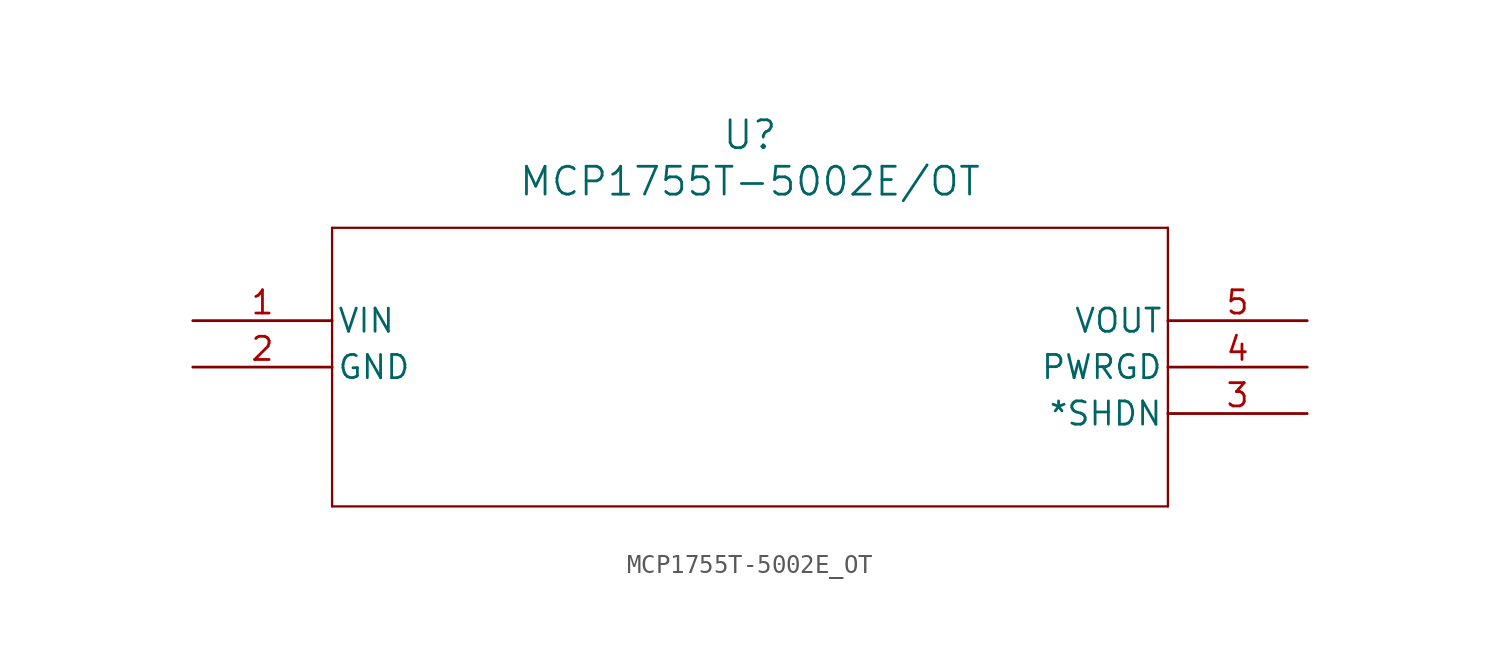
<source format=kicad_sym>
(kicad_symbol_lib
  (version 20220914)
  (generator kicad_symbol_editor)
  (symbol "MCP1755T-5002E_OT"
    (pin_names
      (offset 0.254))
    (property "Reference" "U"
      (at 30.48 10.16 0)
      (effects (font (size 1.524 1.524))))
    (property "Value" "MCP1755T-5002E/OT"
      (at 30.48 7.62 0)
      (effects (font (size 1.524 1.524))))
    (property "ki_locked" ""
      (at 0 0 0)
      (effects (font (size 1.27 1.27))))
    (symbol "MCP1755T-5002E_OT_0_1"
      (polyline (pts (xy 7.62 -10.16) (xy 53.34 -10.16)) (stroke (width 0.127) (type default)) (fill (type none)))
      (polyline (pts (xy 7.62 5.08) (xy 7.62 -10.16)) (stroke (width 0.127) (type default)) (fill (type none)))
      (polyline (pts (xy 53.34 -10.16) (xy 53.34 5.08)) (stroke (width 0.127) (type default)) (fill (type none)))
      (polyline (pts (xy 53.34 5.08) (xy 7.62 5.08)) (stroke (width 0.127) (type default)) (fill (type none)))
      (pin input line (at 0 0 0) (length 7.62) (name "VIN" (effects (font (size 1.27 1.27)))) (number "1" (effects (font (size 1.27 1.27)))))
      (pin power_in line (at 0 -2.54 0) (length 7.62) (name "GND" (effects (font (size 1.27 1.27)))) (number "2" (effects (font (size 1.27 1.27)))))
      (pin input line (at 60.96 -5.08 180) (length 7.62) (name "*SHDN" (effects (font (size 1.27 1.27)))) (number "3" (effects (font (size 1.27 1.27)))))
      (pin output line (at 60.96 -2.54 180) (length 7.62) (name "PWRGD" (effects (font (size 1.27 1.27)))) (number "4" (effects (font (size 1.27 1.27)))))
      (pin output line (at 60.96 0 180) (length 7.62) (name "VOUT" (effects (font (size 1.27 1.27)))) (number "5" (effects (font (size 1.27 1.27))))))))
</source>
